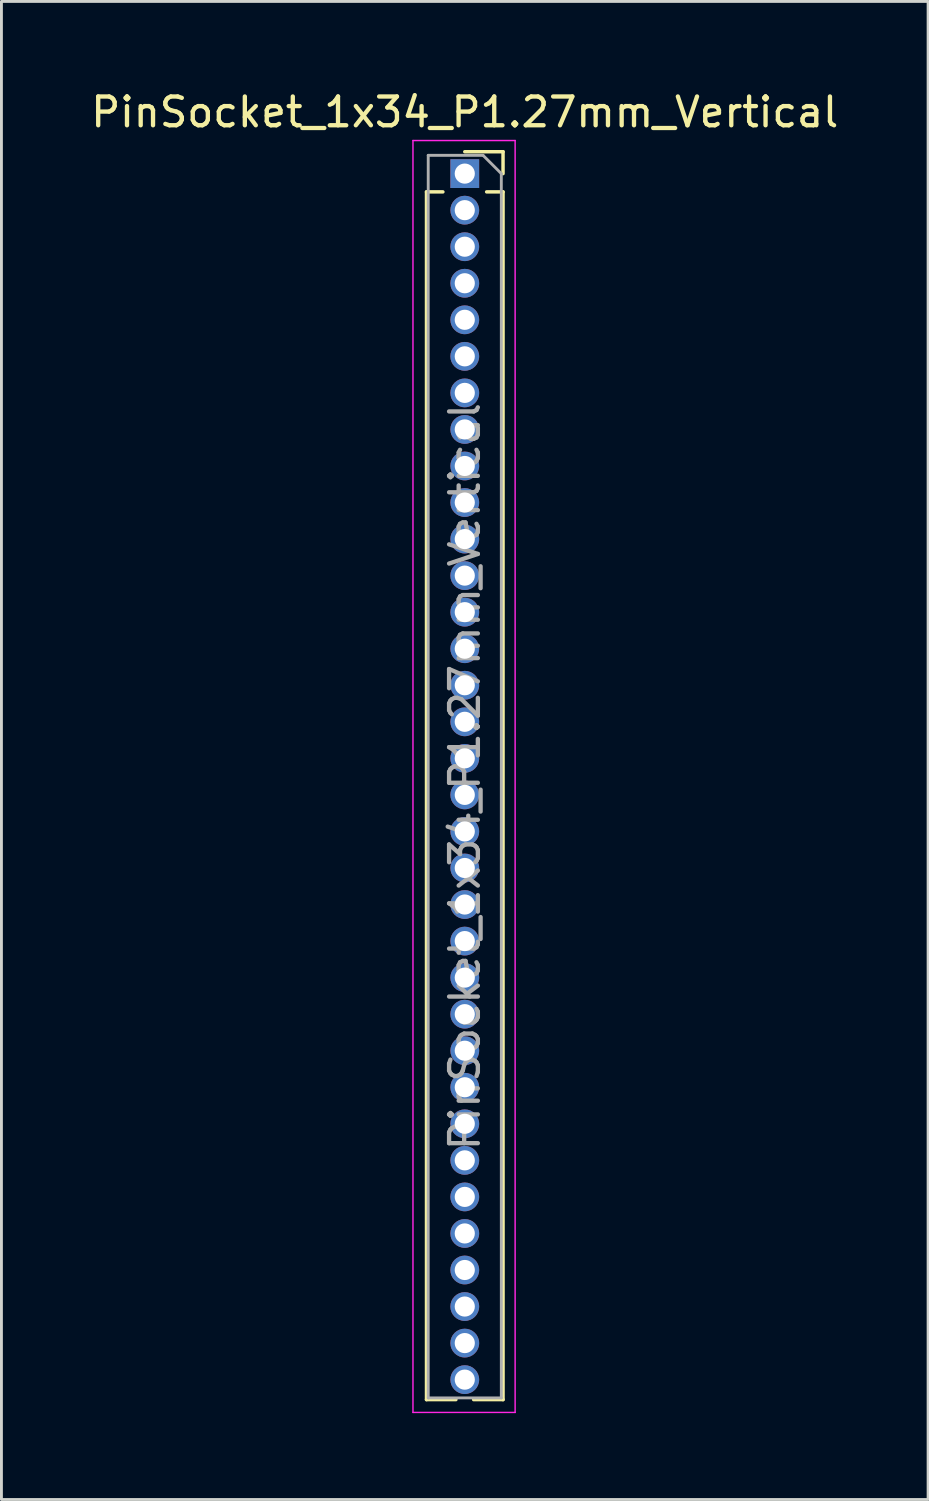
<source format=kicad_pcb>
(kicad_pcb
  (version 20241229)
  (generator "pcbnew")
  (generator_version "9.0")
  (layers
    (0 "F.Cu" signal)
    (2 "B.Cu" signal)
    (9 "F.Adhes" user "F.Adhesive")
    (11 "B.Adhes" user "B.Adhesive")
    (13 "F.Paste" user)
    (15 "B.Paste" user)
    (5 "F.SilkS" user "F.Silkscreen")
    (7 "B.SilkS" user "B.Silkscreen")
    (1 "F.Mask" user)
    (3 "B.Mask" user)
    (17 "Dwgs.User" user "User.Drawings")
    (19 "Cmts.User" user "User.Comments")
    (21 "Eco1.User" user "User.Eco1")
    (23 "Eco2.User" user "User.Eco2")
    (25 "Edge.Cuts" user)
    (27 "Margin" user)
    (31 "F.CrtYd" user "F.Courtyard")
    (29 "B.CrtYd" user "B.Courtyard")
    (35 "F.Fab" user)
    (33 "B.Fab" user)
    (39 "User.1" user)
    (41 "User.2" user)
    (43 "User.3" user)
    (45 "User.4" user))
  (footprint "PinSocket_1x34_P1.27mm_Vertical"
    (layer "F.Cu")
    (at 13.101 2.983)
    (property "Reference" "PinSocket_1x34_P1.27mm_Vertical" (at 0 -2.135 0) (layer "F.SilkS") (effects (font (size 1 1) (thickness 0.15))))
    (attr through_hole)
    (fp_line (start -1.33 0.635) (end -1.33 42.605) (stroke (width 0.12) (type solid)) (layer "F.SilkS"))
    (fp_line (start -1.33 0.635) (end -0.76 0.635) (stroke (width 0.12) (type solid)) (layer "F.SilkS"))
    (fp_line (start -1.33 42.605) (end -0.308 42.605) (stroke (width 0.12) (type solid)) (layer "F.SilkS"))
    (fp_line (start 0 -0.76) (end 1.33 -0.76) (stroke (width 0.12) (type solid)) (layer "F.SilkS"))
    (fp_line (start 0.308 42.605) (end 1.33 42.605) (stroke (width 0.12) (type solid)) (layer "F.SilkS"))
    (fp_line (start 0.76 0.635) (end 1.33 0.635) (stroke (width 0.12) (type solid)) (layer "F.SilkS"))
    (fp_line (start 1.33 -0.76) (end 1.33 0) (stroke (width 0.12) (type solid)) (layer "F.SilkS"))
    (fp_line (start 1.33 0.635) (end 1.33 42.605) (stroke (width 0.12) (type solid)) (layer "F.SilkS"))
    (fp_line (start -1.8 -1.15) (end 1.75 -1.15) (stroke (width 0.05) (type solid)) (layer "F.CrtYd"))
    (fp_line (start -1.8 43.05) (end -1.8 -1.15) (stroke (width 0.05) (type solid)) (layer "F.CrtYd"))
    (fp_line (start 1.75 -1.15) (end 1.75 43.05) (stroke (width 0.05) (type solid)) (layer "F.CrtYd"))
    (fp_line (start 1.75 43.05) (end -1.8 43.05) (stroke (width 0.05) (type solid)) (layer "F.CrtYd"))
    (fp_line (start -1.27 -0.635) (end 0.635 -0.635) (stroke (width 0.1) (type solid)) (layer "F.Fab"))
    (fp_line (start -1.27 42.545) (end -1.27 -0.635) (stroke (width 0.1) (type solid)) (layer "F.Fab"))
    (fp_line (start 0.635 -0.635) (end 1.27 0) (stroke (width 0.1) (type solid)) (layer "F.Fab"))
    (fp_line (start 1.27 0) (end 1.27 42.545) (stroke (width 0.1) (type solid)) (layer "F.Fab"))
    (fp_line (start 1.27 42.545) (end -1.27 42.545) (stroke (width 0.1) (type solid)) (layer "F.Fab"))
    (fp_text user "${REFERENCE}" (at 0 20.955 90) (layer "F.Fab") (effects (font (size 1 1) (thickness 0.15))))
    (pad "1" thru_hole rect (at 0 0) (size 1 1) (drill 0.7) (layers "*.Cu" "*.Mask"))
    (pad "2" thru_hole oval (at 0 1.27) (size 1 1) (drill 0.7) (layers "*.Cu" "*.Mask"))
    (pad "3" thru_hole oval (at 0 2.54) (size 1 1) (drill 0.7) (layers "*.Cu" "*.Mask"))
    (pad "4" thru_hole oval (at 0 3.81) (size 1 1) (drill 0.7) (layers "*.Cu" "*.Mask"))
    (pad "5" thru_hole oval (at 0 5.08) (size 1 1) (drill 0.7) (layers "*.Cu" "*.Mask"))
    (pad "6" thru_hole oval (at 0 6.35) (size 1 1) (drill 0.7) (layers "*.Cu" "*.Mask"))
    (pad "7" thru_hole oval (at 0 7.62) (size 1 1) (drill 0.7) (layers "*.Cu" "*.Mask"))
    (pad "8" thru_hole oval (at 0 8.89) (size 1 1) (drill 0.7) (layers "*.Cu" "*.Mask"))
    (pad "9" thru_hole oval (at 0 10.16) (size 1 1) (drill 0.7) (layers "*.Cu" "*.Mask"))
    (pad "10" thru_hole oval (at 0 11.43) (size 1 1) (drill 0.7) (layers "*.Cu" "*.Mask"))
    (pad "11" thru_hole oval (at 0 12.7) (size 1 1) (drill 0.7) (layers "*.Cu" "*.Mask"))
    (pad "12" thru_hole oval (at 0 13.97) (size 1 1) (drill 0.7) (layers "*.Cu" "*.Mask"))
    (pad "13" thru_hole oval (at 0 15.24) (size 1 1) (drill 0.7) (layers "*.Cu" "*.Mask"))
    (pad "14" thru_hole oval (at 0 16.51) (size 1 1) (drill 0.7) (layers "*.Cu" "*.Mask"))
    (pad "15" thru_hole oval (at 0 17.78) (size 1 1) (drill 0.7) (layers "*.Cu" "*.Mask"))
    (pad "16" thru_hole oval (at 0 19.05) (size 1 1) (drill 0.7) (layers "*.Cu" "*.Mask"))
    (pad "17" thru_hole oval (at 0 20.32) (size 1 1) (drill 0.7) (layers "*.Cu" "*.Mask"))
    (pad "18" thru_hole oval (at 0 21.59) (size 1 1) (drill 0.7) (layers "*.Cu" "*.Mask"))
    (pad "19" thru_hole oval (at 0 22.86) (size 1 1) (drill 0.7) (layers "*.Cu" "*.Mask"))
    (pad "20" thru_hole oval (at 0 24.13) (size 1 1) (drill 0.7) (layers "*.Cu" "*.Mask"))
    (pad "21" thru_hole oval (at 0 25.4) (size 1 1) (drill 0.7) (layers "*.Cu" "*.Mask"))
    (pad "22" thru_hole oval (at 0 26.67) (size 1 1) (drill 0.7) (layers "*.Cu" "*.Mask"))
    (pad "23" thru_hole oval (at 0 27.94) (size 1 1) (drill 0.7) (layers "*.Cu" "*.Mask"))
    (pad "24" thru_hole oval (at 0 29.21) (size 1 1) (drill 0.7) (layers "*.Cu" "*.Mask"))
    (pad "25" thru_hole oval (at 0 30.48) (size 1 1) (drill 0.7) (layers "*.Cu" "*.Mask"))
    (pad "26" thru_hole oval (at 0 31.75) (size 1 1) (drill 0.7) (layers "*.Cu" "*.Mask"))
    (pad "27" thru_hole oval (at 0 33.02) (size 1 1) (drill 0.7) (layers "*.Cu" "*.Mask"))
    (pad "28" thru_hole oval (at 0 34.29) (size 1 1) (drill 0.7) (layers "*.Cu" "*.Mask"))
    (pad "29" thru_hole oval (at 0 35.56) (size 1 1) (drill 0.7) (layers "*.Cu" "*.Mask"))
    (pad "30" thru_hole oval (at 0 36.83) (size 1 1) (drill 0.7) (layers "*.Cu" "*.Mask"))
    (pad "31" thru_hole oval (at 0 38.1) (size 1 1) (drill 0.7) (layers "*.Cu" "*.Mask"))
    (pad "32" thru_hole oval (at 0 39.37) (size 1 1) (drill 0.7) (layers "*.Cu" "*.Mask"))
    (pad "33" thru_hole oval (at 0 40.64) (size 1 1) (drill 0.7) (layers "*.Cu" "*.Mask"))
    (pad "34" thru_hole oval (at 0 41.91) (size 1 1) (drill 0.7) (layers "*.Cu" "*.Mask")))
  (gr_rect
    (start -3 -3)
    (end 29.202 49.058)
    (stroke (width 0.1) (type default))
    (fill no)
    (layer "Edge.Cuts")))
</source>
